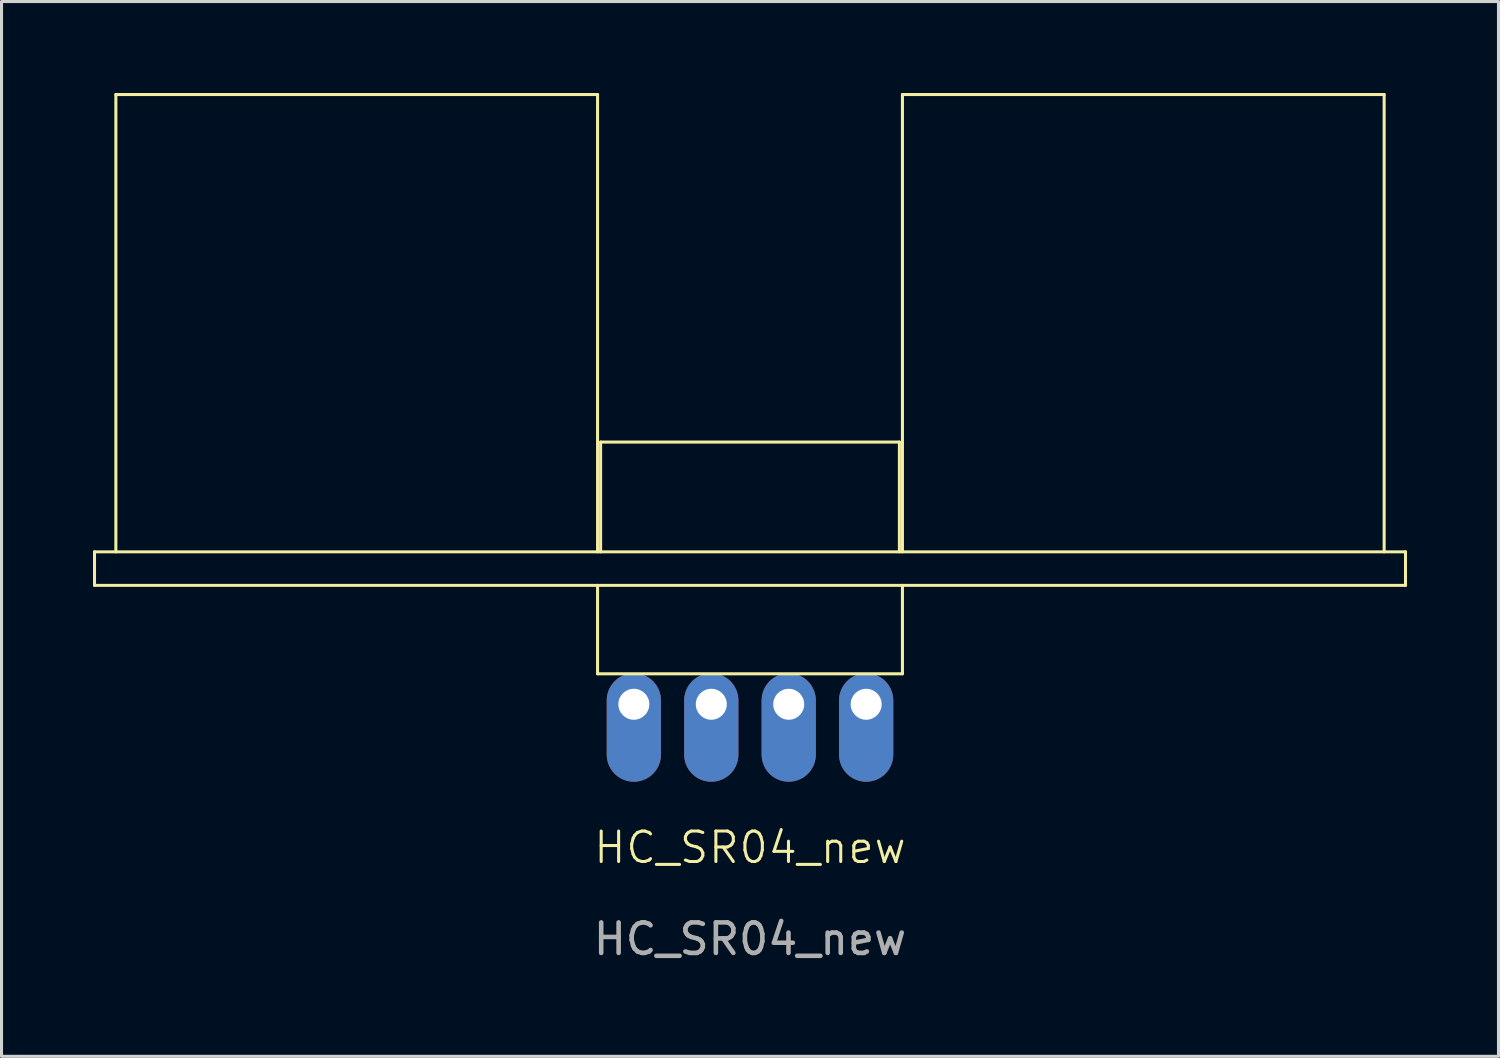
<source format=kicad_pcb>
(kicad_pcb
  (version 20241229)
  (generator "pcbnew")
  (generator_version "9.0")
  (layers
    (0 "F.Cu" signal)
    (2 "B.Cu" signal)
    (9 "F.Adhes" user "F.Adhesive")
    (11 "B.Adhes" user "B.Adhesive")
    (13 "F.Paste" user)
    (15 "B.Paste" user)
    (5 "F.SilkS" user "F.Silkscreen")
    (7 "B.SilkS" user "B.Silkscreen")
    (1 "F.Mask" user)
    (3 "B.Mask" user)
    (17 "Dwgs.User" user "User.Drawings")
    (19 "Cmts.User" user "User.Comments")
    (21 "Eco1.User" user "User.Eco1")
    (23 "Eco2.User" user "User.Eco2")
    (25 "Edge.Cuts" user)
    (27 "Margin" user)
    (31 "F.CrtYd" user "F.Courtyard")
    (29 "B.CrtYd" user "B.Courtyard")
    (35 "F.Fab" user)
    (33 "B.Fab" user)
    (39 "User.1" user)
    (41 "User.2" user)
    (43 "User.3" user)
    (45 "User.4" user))
  (footprint "HC_SR04_new"
    (layer "F.Cu")
    (at 21.55 15.05)
    (property "Reference" "HC_SR04_new" (at 0 9.7 0) (unlocked yes) (layer "F.SilkS") (effects (font (size 1 1) (thickness 0.1))))
    (attr through_hole)
    (fp_line (start -21.5 0) (end -21.5 1.1) (stroke (width 0.1) (type default)) (layer "F.SilkS"))
    (fp_line (start -21.5 0) (end 21.5 0) (stroke (width 0.1) (type default)) (layer "F.SilkS"))
    (fp_line (start -21.5 1.1) (end 21.5 1.1) (stroke (width 0.1) (type default)) (layer "F.SilkS"))
    (fp_line (start -20.8 0) (end -20.8 -15) (stroke (width 0.1) (type default)) (layer "F.SilkS"))
    (fp_line (start -5 -15) (end -20.8 -15) (stroke (width 0.1) (type default)) (layer "F.SilkS"))
    (fp_line (start -5 -15) (end -5 0) (stroke (width 0.1) (type default)) (layer "F.SilkS"))
    (fp_line (start -5 4) (end -5 1.1) (stroke (width 0.1) (type default)) (layer "F.SilkS"))
    (fp_line (start -5 4) (end 5 4) (stroke (width 0.1) (type default)) (layer "F.SilkS"))
    (fp_line (start -4.9 -3.6) (end 4.9 -3.6) (stroke (width 0.1) (type default)) (layer "F.SilkS"))
    (fp_line (start -4.9 0) (end -4.9 -3.6) (stroke (width 0.1) (type default)) (layer "F.SilkS"))
    (fp_line (start 4.9 0) (end 4.9 -3.6) (stroke (width 0.1) (type default)) (layer "F.SilkS"))
    (fp_line (start 5 -15) (end 5 0) (stroke (width 0.1) (type default)) (layer "F.SilkS"))
    (fp_line (start 5 4) (end 5 1.1) (stroke (width 0.1) (type default)) (layer "F.SilkS"))
    (fp_line (start 20.8 -15) (end 5 -15) (stroke (width 0.1) (type default)) (layer "F.SilkS"))
    (fp_line (start 20.8 0) (end 20.8 -15) (stroke (width 0.1) (type default)) (layer "F.SilkS"))
    (fp_line (start 21.5 0) (end 21.5 1.1) (stroke (width 0.1) (type default)) (layer "F.SilkS"))
    (fp_text user "${REFERENCE}" (at 0 12.7 0) (unlocked yes) (layer "F.Fab") (effects (font (size 1 1) (thickness 0.15))))
    (pad "1" thru_hole oval (at -3.81 5) (size 1.778 3.556) (drill 1.016 (offset 0 0.762)) (layers "*.Cu" "*.Mask"))
    (pad "2" thru_hole oval (at -1.27 5) (size 1.778 3.556) (drill 1.016 (offset 0 0.762)) (layers "*.Cu" "*.Mask"))
    (pad "3" thru_hole oval (at 1.27 5) (size 1.778 3.556) (drill 1.016 (offset 0 0.762)) (layers "*.Cu" "*.Mask"))
    (pad "4" thru_hole oval (at 3.81 5) (size 1.778 3.556) (drill 1.016 (offset 0 0.762)) (layers "*.Cu" "*.Mask")))
  (gr_rect
    (start -3 -3)
    (end 46.1 31.598)
    (stroke (width 0.1) (type default))
    (fill no)
    (layer "Edge.Cuts")))
</source>
